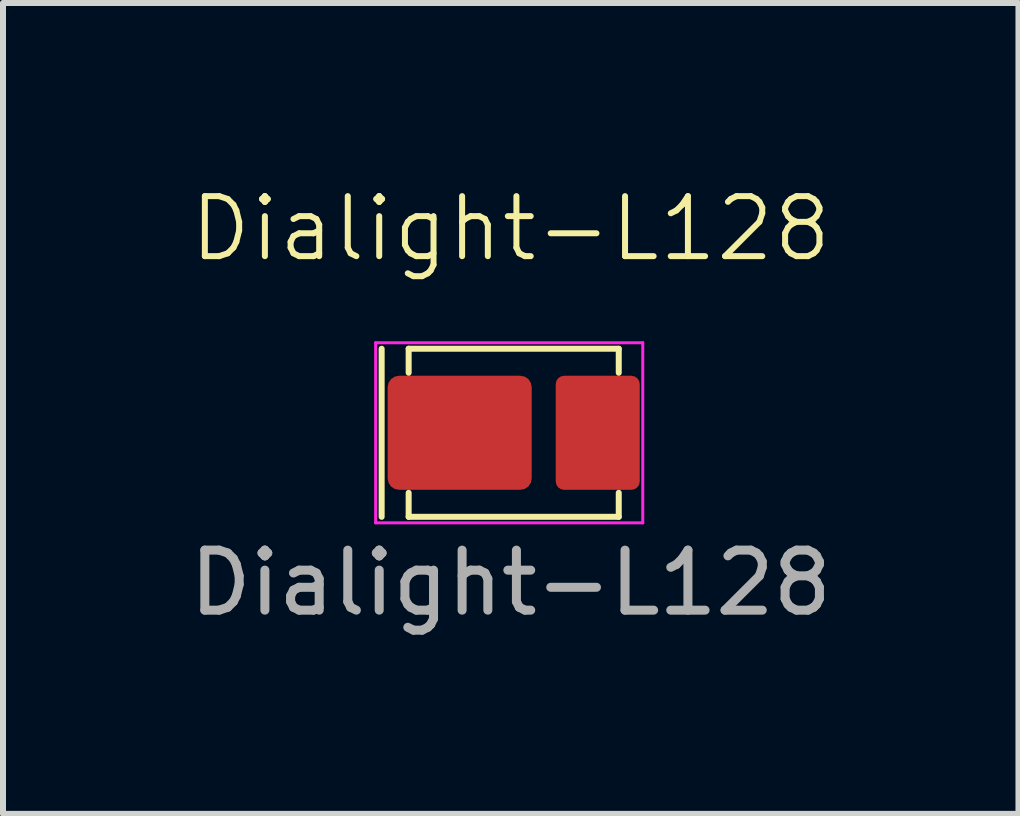
<source format=kicad_pcb>
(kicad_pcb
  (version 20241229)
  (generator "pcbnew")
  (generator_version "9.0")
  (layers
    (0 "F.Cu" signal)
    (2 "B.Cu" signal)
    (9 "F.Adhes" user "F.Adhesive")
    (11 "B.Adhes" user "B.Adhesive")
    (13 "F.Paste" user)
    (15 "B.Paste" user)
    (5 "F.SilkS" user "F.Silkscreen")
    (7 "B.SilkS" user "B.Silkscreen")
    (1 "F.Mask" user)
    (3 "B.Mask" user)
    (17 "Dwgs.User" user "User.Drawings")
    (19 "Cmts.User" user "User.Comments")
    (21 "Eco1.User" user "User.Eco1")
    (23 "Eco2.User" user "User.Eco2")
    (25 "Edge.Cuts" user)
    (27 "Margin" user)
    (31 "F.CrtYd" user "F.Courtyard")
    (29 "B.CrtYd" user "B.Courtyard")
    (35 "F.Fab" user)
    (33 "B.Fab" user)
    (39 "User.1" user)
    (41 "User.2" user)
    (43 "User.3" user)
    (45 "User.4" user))
  (footprint "Dialight-L128"
    (layer "F.Cu")
    (at 5.458 4.16)
    (property "Reference" "Dialight-L128" (at 0 -3.4 0) (unlocked yes) (layer "F.SilkS") (effects (font (size 1 1) (thickness 0.1))))
    (attr smd)
    (fp_line (start -2.15 -1.4) (end -2.15 1.4) (stroke (width 0.1) (type default)) (layer "F.SilkS"))
    (fp_line (start -1.7 -1.4) (end -1.7 -1) (stroke (width 0.1) (type default)) (layer "F.SilkS"))
    (fp_line (start -1.7 -1.4) (end 1.8 -1.4) (stroke (width 0.1) (type default)) (layer "F.SilkS"))
    (fp_line (start -1.7 1.4) (end -1.7 1) (stroke (width 0.1) (type default)) (layer "F.SilkS"))
    (fp_line (start -1.7 1.4) (end 1.8 1.4) (stroke (width 0.1) (type default)) (layer "F.SilkS"))
    (fp_line (start 1.8 -1.4) (end 1.8 -1) (stroke (width 0.1) (type default)) (layer "F.SilkS"))
    (fp_line (start 1.8 1.4) (end 1.8 1) (stroke (width 0.1) (type default)) (layer "F.SilkS"))
    (fp_line (start -2.25 -1.5) (end 2.2 -1.5) (stroke (width 0.05) (type default)) (layer "F.CrtYd"))
    (fp_line (start -2.25 1.5) (end -2.25 -1.5) (stroke (width 0.05) (type default)) (layer "F.CrtYd"))
    (fp_line (start 2.2 -1.5) (end 2.2 1.5) (stroke (width 0.05) (type default)) (layer "F.CrtYd"))
    (fp_line (start 2.2 1.5) (end -2.25 1.5) (stroke (width 0.05) (type default)) (layer "F.CrtYd"))
    (fp_text user "${REFERENCE}" (at 0 2.5 0) (unlocked yes) (layer "F.Fab") (effects (font (size 1 1) (thickness 0.15))))
    (pad "1" smd roundrect (at -0.85 0) (size 2.4 1.9) (layers "F.Cu" "F.Mask" "F.Paste") (roundrect_rratio 0.1))
    (pad "2" smd roundrect (at 1.45 0) (size 1.4 1.9) (layers "F.Cu" "F.Mask" "F.Paste") (roundrect_rratio 0.1)))
  (gr_rect
    (start -3 -3)
    (end 13.917 10.509)
    (stroke (width 0.1) (type default))
    (fill no)
    (layer "Edge.Cuts")))
</source>
